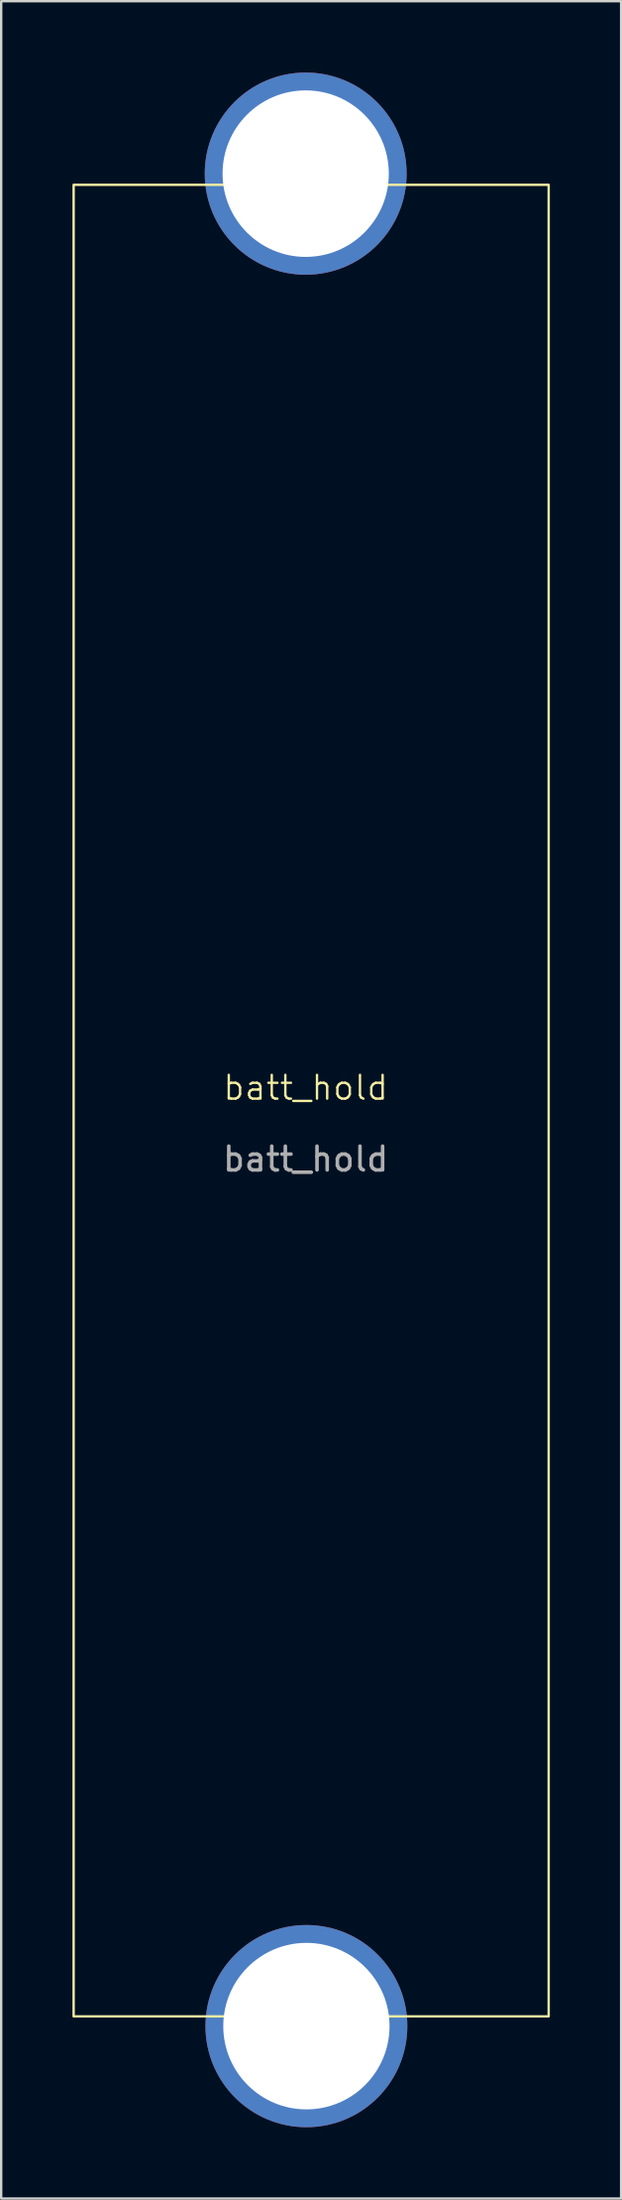
<source format=kicad_pcb>
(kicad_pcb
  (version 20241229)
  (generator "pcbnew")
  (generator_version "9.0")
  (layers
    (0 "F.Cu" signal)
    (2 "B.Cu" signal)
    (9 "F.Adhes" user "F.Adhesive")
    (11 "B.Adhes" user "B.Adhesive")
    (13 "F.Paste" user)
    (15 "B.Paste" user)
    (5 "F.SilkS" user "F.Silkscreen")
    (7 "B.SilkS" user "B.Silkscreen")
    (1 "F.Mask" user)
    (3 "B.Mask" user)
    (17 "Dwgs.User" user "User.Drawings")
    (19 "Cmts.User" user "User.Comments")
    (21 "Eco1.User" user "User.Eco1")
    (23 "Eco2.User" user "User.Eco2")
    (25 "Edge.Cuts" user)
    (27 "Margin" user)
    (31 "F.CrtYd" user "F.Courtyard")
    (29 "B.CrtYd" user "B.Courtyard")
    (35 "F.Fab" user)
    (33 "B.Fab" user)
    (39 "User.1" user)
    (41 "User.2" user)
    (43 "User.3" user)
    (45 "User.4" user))
  (footprint "batt_hold"
    (layer "F.Cu")
    (at 9.82 43.18)
    (property "Reference" "batt_hold" (at 0 -0.5 0) (unlocked yes) (layer "F.SilkS") (effects (font (size 1 1) (thickness 0.1))))
    (attr through_hole)
    (fp_rect (start -9.77 -38.46) (end 10.23 38.54) (stroke (width 0.1) (type default)) (fill no) (layer "F.SilkS"))
    (fp_text user "${REFERENCE}" (at 0 2.5 0) (unlocked yes) (layer "F.Fab") (effects (font (size 1 1) (thickness 0.15))))
    (pad "1" thru_hole circle (at 0 -38.93) (size 8.5 8.5) (drill 7) (layers "*.Cu" "*.Mask"))
    (pad "2" thru_hole circle (at 0.03 38.95) (size 8.5 8.5) (drill 7) (layers "*.Cu" "*.Mask")))
  (gr_rect
    (start -3 -3)
    (end 23.1 89.38)
    (stroke (width 0.1) (type default))
    (fill no)
    (layer "Edge.Cuts")))
</source>
